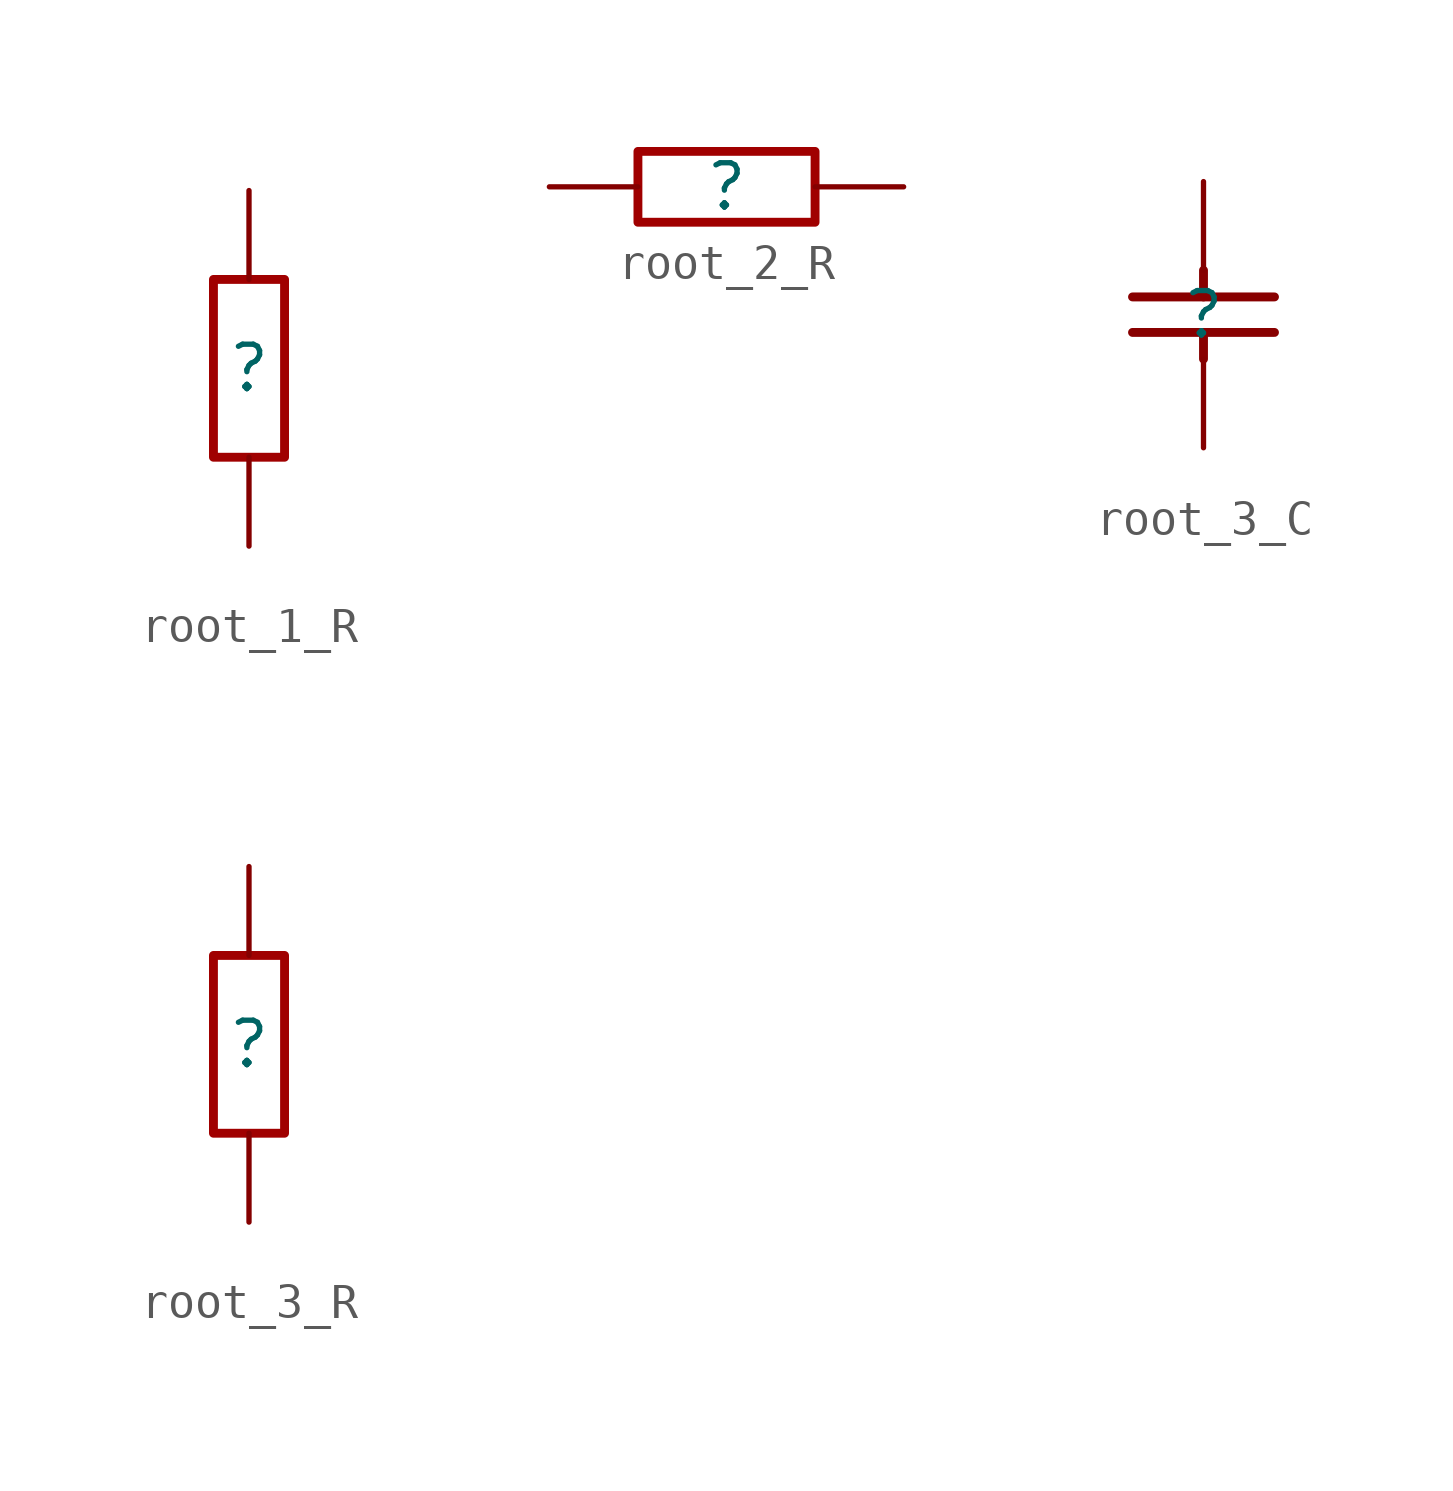
<source format=kicad_sym>
(kicad_symbol_lib
  (version 20231120)
  (generator "kicad_symbol_editor")
  (generator_version "8.0")
  (symbol "root_1_R"
    (property "Reference" ""
      (at 0 0 0)
      (effects (font (size 1.27 1.27))))
    (property "Value" ""
      (at 0 0 0)
      (effects (font (size 1.27 1.27))))
    (symbol "root_1_R_1_0"
      (rectangle (start -1.016 2.54) (end 1.016 -2.54) (stroke (width 0.254) (type solid) (color 160 0 0 1)) (fill (type none)))
      (pin passive line (at 0 -5.08 90) (length 2.54) (name "1" (effects (font (size 0 0)))) (number "1" (effects (font (size 0 0)))))
      (pin passive line (at 0 5.08 270) (length 2.54) (name "2" (effects (font (size 0 0)))) (number "2" (effects (font (size 0 0)))))))
  (symbol "root_2_R"
    (property "Reference" ""
      (at 0 0 0)
      (effects (font (size 1.27 1.27))))
    (property "Value" ""
      (at 0 0 0)
      (effects (font (size 1.27 1.27))))
    (symbol "root_2_R_1_0"
      (rectangle (start -2.54 1.016) (end 2.54 -1.016) (stroke (width 0.254) (type solid) (color 160 0 0 1)) (fill (type none)))
      (pin passive line (at 5.08 0 180) (length 2.54) (name "1" (effects (font (size 0 0)))) (number "1" (effects (font (size 0 0)))))
      (pin passive line (at -5.08 0 0) (length 2.54) (name "2" (effects (font (size 0 0)))) (number "2" (effects (font (size 0 0)))))))
  (symbol "root_3_C"
    (property "Reference" ""
      (at 0 0 0)
      (effects (font (size 1.27 1.27))))
    (property "Value" ""
      (at 0 0 0)
      (effects (font (size 1.27 1.27))))
    (symbol "root_3_C_1_0"
      (polyline (pts (xy 0 -0.508) (xy 0 -1.27)) (stroke (width 0.254) (type solid) (color 136 0 0 1)) (fill (type none)))
      (polyline (pts (xy 0 1.27) (xy 0 0.508)) (stroke (width 0.254) (type solid) (color 136 0 0 1)) (fill (type none)))
      (polyline (pts (xy 2.032 -0.508) (xy -2.032 -0.508)) (stroke (width 0.254) (type solid) (color 136 0 0 1)) (fill (type none)))
      (polyline (pts (xy 2.032 0.508) (xy -2.032 0.508)) (stroke (width 0.254) (type solid) (color 136 0 0 1)) (fill (type none)))
      (pin passive line (at 0 3.81 270) (length 2.54) (name "1" (effects (font (size 0 0)))) (number "1" (effects (font (size 0 0)))))
      (pin passive line (at 0 -3.81 90) (length 2.54) (name "2" (effects (font (size 0 0)))) (number "2" (effects (font (size 0 0)))))))
  (symbol "root_3_R"
    (property "Reference" ""
      (at 0 0 0)
      (effects (font (size 1.27 1.27))))
    (property "Value" ""
      (at 0 0 0)
      (effects (font (size 1.27 1.27))))
    (symbol "root_3_R_1_0"
      (rectangle (start -1.016 2.54) (end 1.016 -2.54) (stroke (width 0.254) (type solid) (color 160 0 0 1)) (fill (type none)))
      (pin passive line (at 0 5.08 270) (length 2.54) (name "1" (effects (font (size 0 0)))) (number "1" (effects (font (size 0 0)))))
      (pin passive line (at 0 -5.08 90) (length 2.54) (name "2" (effects (font (size 0 0)))) (number "2" (effects (font (size 0 0))))))))
</source>
